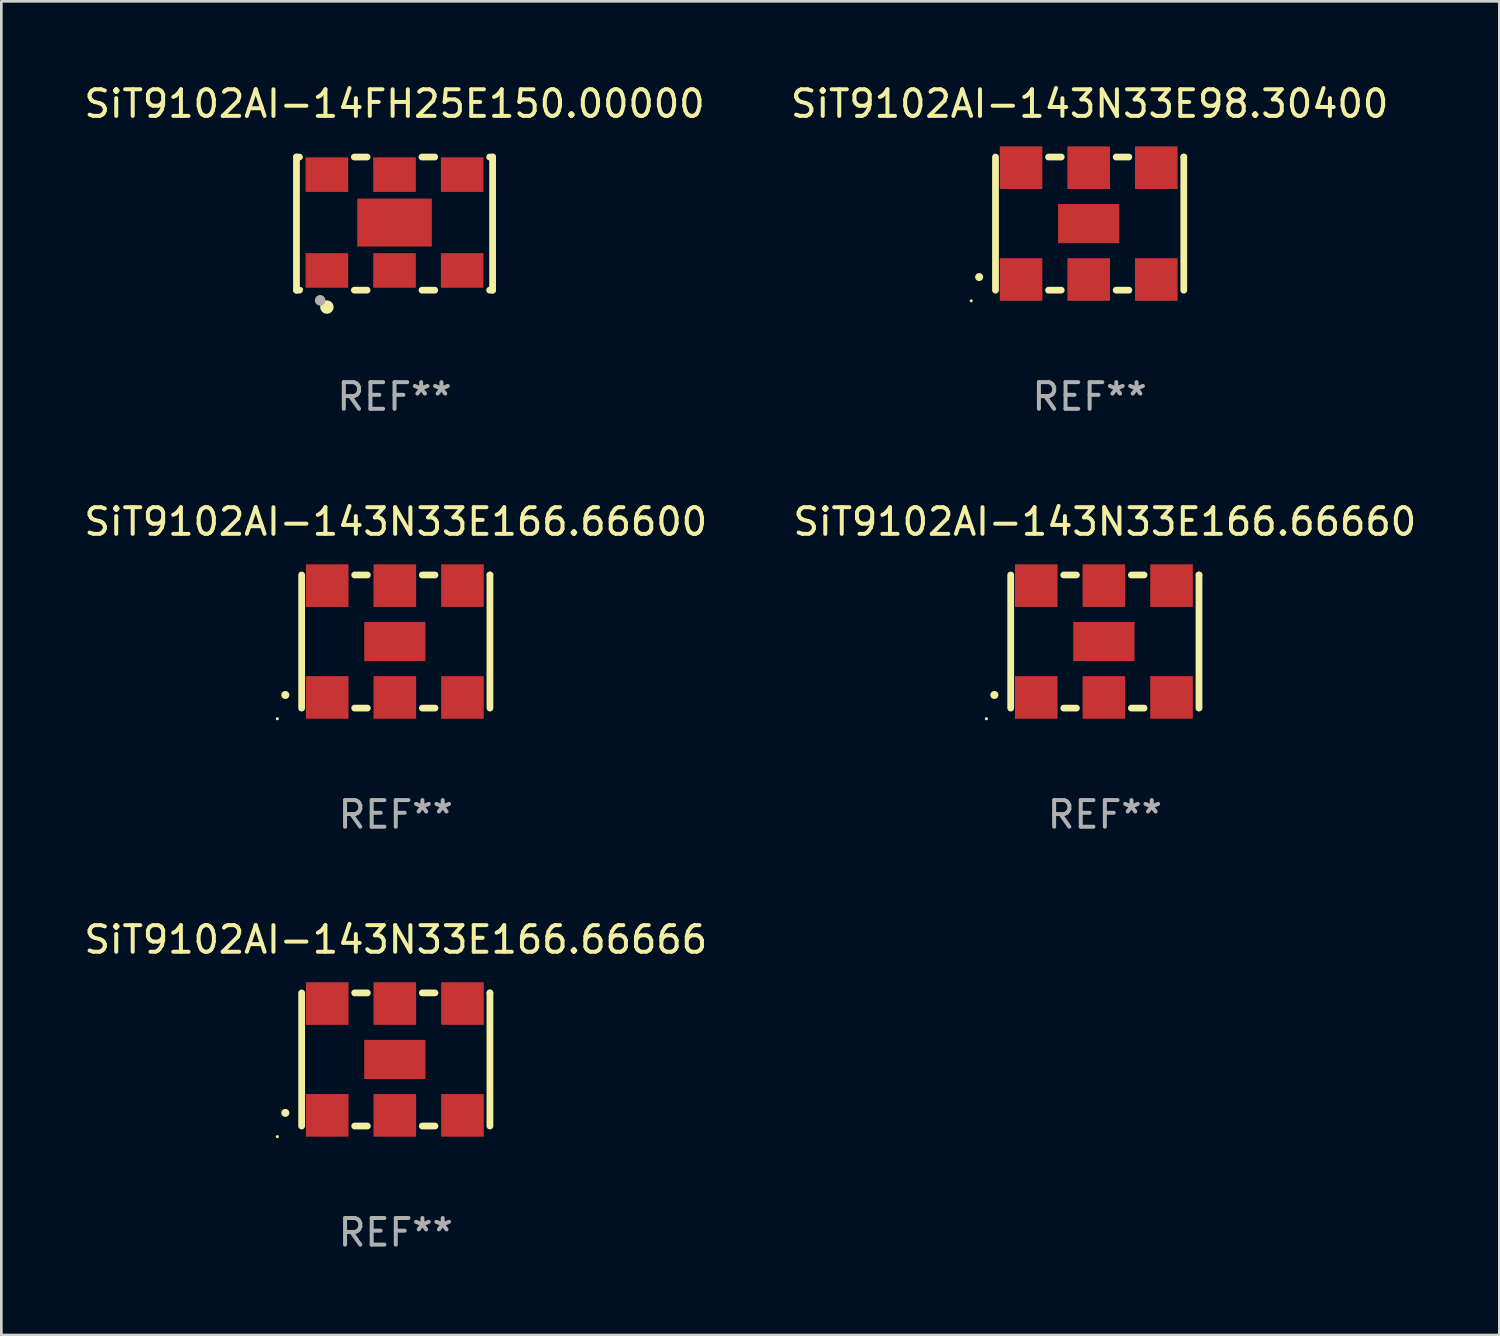
<source format=kicad_pcb>
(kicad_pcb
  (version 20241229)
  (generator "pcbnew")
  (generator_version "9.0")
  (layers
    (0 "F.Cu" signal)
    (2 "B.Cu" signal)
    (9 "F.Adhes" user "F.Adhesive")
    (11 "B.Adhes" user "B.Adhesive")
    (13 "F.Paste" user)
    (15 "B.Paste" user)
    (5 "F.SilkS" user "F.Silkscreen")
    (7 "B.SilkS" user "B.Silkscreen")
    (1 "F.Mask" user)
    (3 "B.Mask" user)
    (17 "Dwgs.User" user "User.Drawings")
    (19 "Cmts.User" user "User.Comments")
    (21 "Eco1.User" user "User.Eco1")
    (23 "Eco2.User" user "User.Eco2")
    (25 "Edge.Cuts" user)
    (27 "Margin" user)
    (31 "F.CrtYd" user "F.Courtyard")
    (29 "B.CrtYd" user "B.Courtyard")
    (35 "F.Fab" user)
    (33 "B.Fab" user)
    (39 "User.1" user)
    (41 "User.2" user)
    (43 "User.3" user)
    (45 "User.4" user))
  (footprint "SiT9102AI-143N33E98.30400"
    (layer "F.Cu")
    (at 37.875 5.348)
    (property "Reference" "SiT9102AI-143N33E98.30400" (at 0 -4.5 0) (layer "F.SilkS") (effects (font (size 1 1) (thickness 0.15))))
    (attr through_hole)
    (fp_line (start -3.536 -2.5) (end -3.536 2.5) (stroke (width 0.254) (type solid)) (layer "F.SilkS"))
    (fp_line (start -1.544 2.5) (end -1.067 2.5) (stroke (width 0.254) (type solid)) (layer "F.SilkS"))
    (fp_line (start -1.067 -2.5) (end -1.544 -2.5) (stroke (width 0.254) (type solid)) (layer "F.SilkS"))
    (fp_line (start 0.996 2.5) (end 1.473 2.5) (stroke (width 0.254) (type solid)) (layer "F.SilkS"))
    (fp_line (start 1.473 -2.5) (end 0.996 -2.5) (stroke (width 0.254) (type solid)) (layer "F.SilkS"))
    (fp_line (start 3.536 -2.5) (end 3.536 -2.5) (stroke (width 0.254) (type solid)) (layer "F.SilkS"))
    (fp_line (start 3.536 2.5) (end 3.536 -2.5) (stroke (width 0.254) (type solid)) (layer "F.SilkS"))
    (fp_arc (start -4.150432 2.006604) (mid -4.149162 2.006599) (end -4.147892 2.006604) (stroke (width 0.3) (type solid)) (layer "F.SilkS"))
    (fp_circle (center -4.449 2.9) (end -4.419 2.9) (stroke (width 0.06) (type solid)) (fill no) (layer "F.SilkS"))
    (fp_text user "REF**" (at 0 6.5 0) (layer "F.Fab") (effects (font (size 1 1) (thickness 0.15))))
    (pad "1" smd rect (at -2.576 2.1) (size 1.6 1.6) (layers "F.Cu" "F.Mask" "F.Paste"))
    (pad "2" smd rect (at -0.036 2.1) (size 1.6 1.6) (layers "F.Cu" "F.Mask" "F.Paste"))
    (pad "3" smd rect (at 2.504 2.1) (size 1.6 1.6) (layers "F.Cu" "F.Mask" "F.Paste"))
    (pad "4" smd rect (at 2.504 -2.1) (size 1.6 1.6) (layers "F.Cu" "F.Mask" "F.Paste"))
    (pad "5" smd rect (at -0.036 -2.1) (size 1.6 1.6) (layers "F.Cu" "F.Mask" "F.Paste"))
    (pad "6" smd rect (at -2.576 -2.1) (size 1.6 1.6) (layers "F.Cu" "F.Mask" "F.Paste"))
    (pad "7" smd rect (at -0.036 0) (size 2.3 1.47) (layers "F.Cu" "F.Mask" "F.Paste")))
  (footprint "SiT9102AI-143N33E166.66600"
    (layer "F.Cu")
    (at 11.815 21.045)
    (property "Reference" "SiT9102AI-143N33E166.66600" (at 0 -4.5 0) (layer "F.SilkS") (effects (font (size 1 1) (thickness 0.15))))
    (attr through_hole)
    (fp_line (start -3.536 -2.5) (end -3.536 2.5) (stroke (width 0.254) (type solid)) (layer "F.SilkS"))
    (fp_line (start -1.544 2.5) (end -1.067 2.5) (stroke (width 0.254) (type solid)) (layer "F.SilkS"))
    (fp_line (start -1.067 -2.5) (end -1.544 -2.5) (stroke (width 0.254) (type solid)) (layer "F.SilkS"))
    (fp_line (start 0.996 2.5) (end 1.473 2.5) (stroke (width 0.254) (type solid)) (layer "F.SilkS"))
    (fp_line (start 1.473 -2.5) (end 0.996 -2.5) (stroke (width 0.254) (type solid)) (layer "F.SilkS"))
    (fp_line (start 3.536 -2.5) (end 3.536 -2.5) (stroke (width 0.254) (type solid)) (layer "F.SilkS"))
    (fp_line (start 3.536 2.5) (end 3.536 -2.5) (stroke (width 0.254) (type solid)) (layer "F.SilkS"))
    (fp_arc (start -4.150432 2.006604) (mid -4.149162 2.006599) (end -4.147892 2.006604) (stroke (width 0.3) (type solid)) (layer "F.SilkS"))
    (fp_circle (center -4.449 2.9) (end -4.419 2.9) (stroke (width 0.06) (type solid)) (fill no) (layer "F.SilkS"))
    (fp_text user "REF**" (at 0 6.5 0) (layer "F.Fab") (effects (font (size 1 1) (thickness 0.15))))
    (pad "1" smd rect (at -2.576 2.1) (size 1.6 1.6) (layers "F.Cu" "F.Mask" "F.Paste"))
    (pad "2" smd rect (at -0.036 2.1) (size 1.6 1.6) (layers "F.Cu" "F.Mask" "F.Paste"))
    (pad "3" smd rect (at 2.504 2.1) (size 1.6 1.6) (layers "F.Cu" "F.Mask" "F.Paste"))
    (pad "4" smd rect (at 2.504 -2.1) (size 1.6 1.6) (layers "F.Cu" "F.Mask" "F.Paste"))
    (pad "5" smd rect (at -0.036 -2.1) (size 1.6 1.6) (layers "F.Cu" "F.Mask" "F.Paste"))
    (pad "6" smd rect (at -2.576 -2.1) (size 1.6 1.6) (layers "F.Cu" "F.Mask" "F.Paste"))
    (pad "7" smd rect (at -0.036 0) (size 2.3 1.47) (layers "F.Cu" "F.Mask" "F.Paste")))
  (footprint "SiT9102AI-143N33E166.66666"
    (layer "F.Cu")
    (at 11.815 36.741)
    (property "Reference" "SiT9102AI-143N33E166.66666" (at 0 -4.5 0) (layer "F.SilkS") (effects (font (size 1 1) (thickness 0.15))))
    (attr through_hole)
    (fp_line (start -3.536 -2.5) (end -3.536 2.5) (stroke (width 0.254) (type solid)) (layer "F.SilkS"))
    (fp_line (start -1.544 2.5) (end -1.067 2.5) (stroke (width 0.254) (type solid)) (layer "F.SilkS"))
    (fp_line (start -1.067 -2.5) (end -1.544 -2.5) (stroke (width 0.254) (type solid)) (layer "F.SilkS"))
    (fp_line (start 0.996 2.5) (end 1.473 2.5) (stroke (width 0.254) (type solid)) (layer "F.SilkS"))
    (fp_line (start 1.473 -2.5) (end 0.996 -2.5) (stroke (width 0.254) (type solid)) (layer "F.SilkS"))
    (fp_line (start 3.536 -2.5) (end 3.536 -2.5) (stroke (width 0.254) (type solid)) (layer "F.SilkS"))
    (fp_line (start 3.536 2.5) (end 3.536 -2.5) (stroke (width 0.254) (type solid)) (layer "F.SilkS"))
    (fp_arc (start -4.150432 2.006604) (mid -4.149162 2.006599) (end -4.147892 2.006604) (stroke (width 0.3) (type solid)) (layer "F.SilkS"))
    (fp_circle (center -4.449 2.9) (end -4.419 2.9) (stroke (width 0.06) (type solid)) (fill no) (layer "F.SilkS"))
    (fp_text user "REF**" (at 0 6.5 0) (layer "F.Fab") (effects (font (size 1 1) (thickness 0.15))))
    (pad "1" smd rect (at -2.576 2.1) (size 1.6 1.6) (layers "F.Cu" "F.Mask" "F.Paste"))
    (pad "2" smd rect (at -0.036 2.1) (size 1.6 1.6) (layers "F.Cu" "F.Mask" "F.Paste"))
    (pad "3" smd rect (at 2.504 2.1) (size 1.6 1.6) (layers "F.Cu" "F.Mask" "F.Paste"))
    (pad "4" smd rect (at 2.504 -2.1) (size 1.6 1.6) (layers "F.Cu" "F.Mask" "F.Paste"))
    (pad "5" smd rect (at -0.036 -2.1) (size 1.6 1.6) (layers "F.Cu" "F.Mask" "F.Paste"))
    (pad "6" smd rect (at -2.576 -2.1) (size 1.6 1.6) (layers "F.Cu" "F.Mask" "F.Paste"))
    (pad "7" smd rect (at -0.036 0) (size 2.3 1.47) (layers "F.Cu" "F.Mask" "F.Paste")))
  (footprint "SiT9102AI-14FH25E150.00000"
    (layer "F.Cu")
    (at 11.768 5.348)
    (property "Reference" "SiT9102AI-14FH25E150.00000" (at 0 -4.5 0) (layer "F.SilkS") (effects (font (size 1 1) (thickness 0.15))))
    (attr through_hole)
    (fp_line (start -3.683 -2.5) (end -3.571 -2.5) (stroke (width 0.254) (type solid)) (layer "F.SilkS"))
    (fp_line (start -3.683 2.5) (end -3.683 -2.5) (stroke (width 0.254) (type solid)) (layer "F.SilkS"))
    (fp_line (start -3.683 2.5) (end -3.571 2.5) (stroke (width 0.254) (type solid)) (layer "F.SilkS"))
    (fp_line (start -1.509 -2.5) (end -1.031 -2.5) (stroke (width 0.254) (type solid)) (layer "F.SilkS"))
    (fp_line (start -1.509 2.5) (end -1.031 2.5) (stroke (width 0.254) (type solid)) (layer "F.SilkS"))
    (fp_line (start 1.031 -2.5) (end 1.509 -2.5) (stroke (width 0.254) (type solid)) (layer "F.SilkS"))
    (fp_line (start 1.031 2.5) (end 1.509 2.5) (stroke (width 0.254) (type solid)) (layer "F.SilkS"))
    (fp_line (start 3.571 -2.5) (end 3.683 -2.5) (stroke (width 0.254) (type solid)) (layer "F.SilkS"))
    (fp_line (start 3.571 2.5) (end 3.683 2.5) (stroke (width 0.254) (type solid)) (layer "F.SilkS"))
    (fp_line (start 3.683 2.5) (end 3.683 -2.5) (stroke (width 0.254) (type solid)) (layer "F.SilkS"))
    (fp_circle (center -3.5 2.46) (end -3.47 2.46) (stroke (width 0.06) (type solid)) (fill no) (layer "F.SilkS"))
    (fp_circle (center -2.54 3.135) (end -2.413 3.135) (stroke (width 0.254) (type solid)) (fill no) (layer "F.SilkS"))
    (fp_circle (center -2.794 2.881) (end -2.694 2.881) (stroke (width 0.2) (type solid)) (fill no) (layer "F.Fab"))
    (fp_text user "REF**" (at 0 6.5 0) (layer "F.Fab") (effects (font (size 1 1) (thickness 0.15))))
    (pad "1" smd rect (at -2.54 1.76) (size 1.6 1.3) (layers "F.Cu" "F.Mask" "F.Paste"))
    (pad "2" smd rect (at 0 1.76) (size 1.6 1.3) (layers "F.Cu" "F.Mask" "F.Paste"))
    (pad "3" smd rect (at 2.54 1.76) (size 1.6 1.3) (layers "F.Cu" "F.Mask" "F.Paste"))
    (pad "4" smd rect (at 2.54 -1.84) (size 1.6 1.3) (layers "F.Cu" "F.Mask" "F.Paste"))
    (pad "5" smd rect (at 0 -1.84) (size 1.6 1.3) (layers "F.Cu" "F.Mask" "F.Paste"))
    (pad "6" smd rect (at -2.54 -1.84) (size 1.6 1.3) (layers "F.Cu" "F.Mask" "F.Paste"))
    (pad "7" smd rect (at 0 -0.04) (size 2.8 1.8) (layers "F.Cu" "F.Mask" "F.Paste")))
  (footprint "SiT9102AI-143N33E166.66660"
    (layer "F.Cu")
    (at 38.446 21.045)
    (property "Reference" "SiT9102AI-143N33E166.66660" (at 0 -4.5 0) (layer "F.SilkS") (effects (font (size 1 1) (thickness 0.15))))
    (attr through_hole)
    (fp_line (start -3.536 -2.5) (end -3.536 2.5) (stroke (width 0.254) (type solid)) (layer "F.SilkS"))
    (fp_line (start -1.544 2.5) (end -1.067 2.5) (stroke (width 0.254) (type solid)) (layer "F.SilkS"))
    (fp_line (start -1.067 -2.5) (end -1.544 -2.5) (stroke (width 0.254) (type solid)) (layer "F.SilkS"))
    (fp_line (start 0.996 2.5) (end 1.473 2.5) (stroke (width 0.254) (type solid)) (layer "F.SilkS"))
    (fp_line (start 1.473 -2.5) (end 0.996 -2.5) (stroke (width 0.254) (type solid)) (layer "F.SilkS"))
    (fp_line (start 3.536 -2.5) (end 3.536 -2.5) (stroke (width 0.254) (type solid)) (layer "F.SilkS"))
    (fp_line (start 3.536 2.5) (end 3.536 -2.5) (stroke (width 0.254) (type solid)) (layer "F.SilkS"))
    (fp_arc (start -4.150432 2.006604) (mid -4.149162 2.006599) (end -4.147892 2.006604) (stroke (width 0.3) (type solid)) (layer "F.SilkS"))
    (fp_circle (center -4.449 2.9) (end -4.419 2.9) (stroke (width 0.06) (type solid)) (fill no) (layer "F.SilkS"))
    (fp_text user "REF**" (at 0 6.5 0) (layer "F.Fab") (effects (font (size 1 1) (thickness 0.15))))
    (pad "1" smd rect (at -2.576 2.1) (size 1.6 1.6) (layers "F.Cu" "F.Mask" "F.Paste"))
    (pad "2" smd rect (at -0.036 2.1) (size 1.6 1.6) (layers "F.Cu" "F.Mask" "F.Paste"))
    (pad "3" smd rect (at 2.504 2.1) (size 1.6 1.6) (layers "F.Cu" "F.Mask" "F.Paste"))
    (pad "4" smd rect (at 2.504 -2.1) (size 1.6 1.6) (layers "F.Cu" "F.Mask" "F.Paste"))
    (pad "5" smd rect (at -0.036 -2.1) (size 1.6 1.6) (layers "F.Cu" "F.Mask" "F.Paste"))
    (pad "6" smd rect (at -2.576 -2.1) (size 1.6 1.6) (layers "F.Cu" "F.Mask" "F.Paste"))
    (pad "7" smd rect (at -0.036 0) (size 2.3 1.47) (layers "F.Cu" "F.Mask" "F.Paste")))
  (gr_rect
    (start -3 -3)
    (end 53.262 47.09)
    (stroke (width 0.1) (type default))
    (fill no)
    (layer "Edge.Cuts")))
</source>
